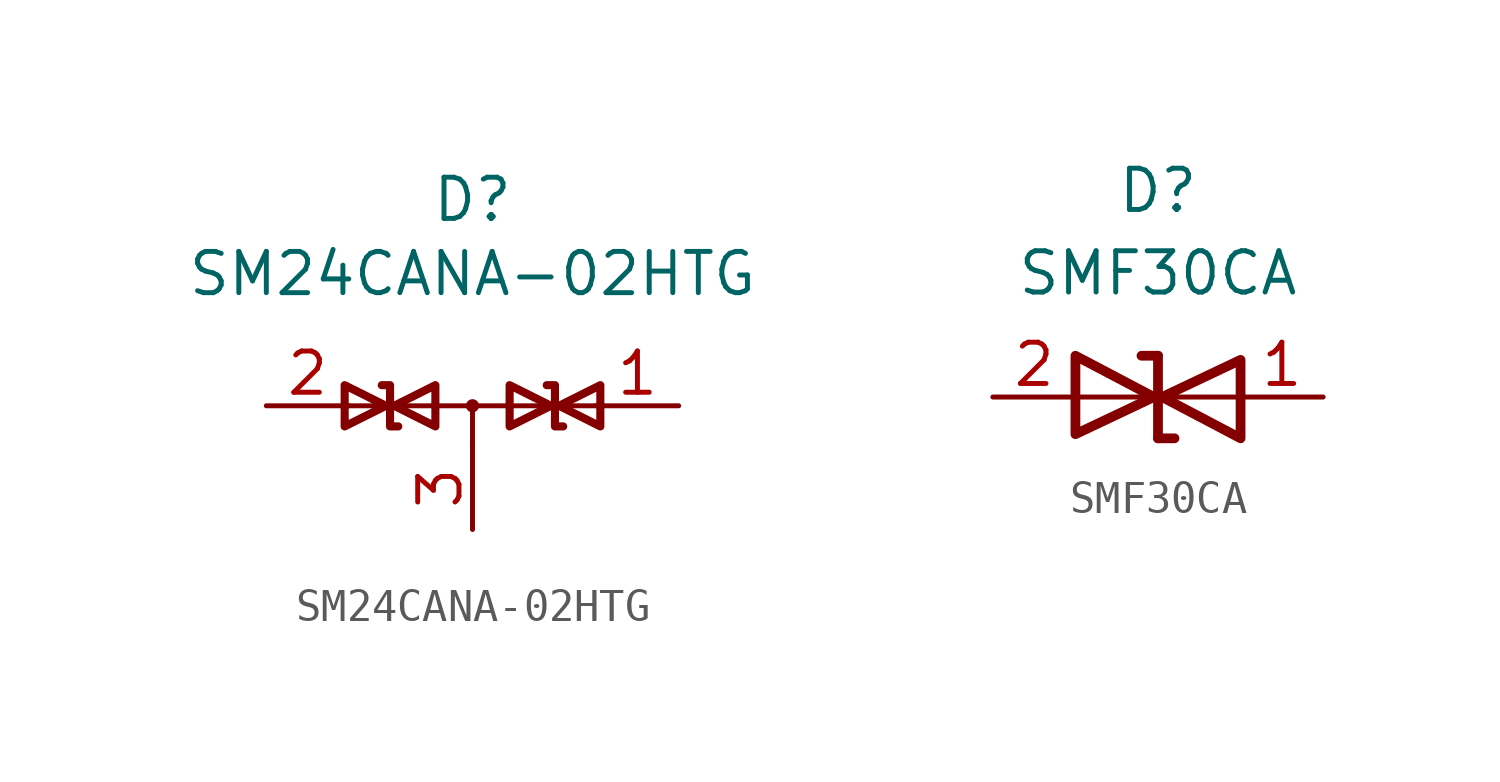
<source format=kicad_sym>
(kicad_symbol_lib
  (version 20220914)
  (generator kicad_symbol_editor)
  (symbol "SM24CANA-02HTG"
    (property "Reference" "D"
      (at 0 0 0)
      (effects (font (size 1.27 1.27))))
    (property "Value" "SM24CANA-02HTG"
      (at 0 -2.286 0)
      (effects (font (size 1.27 1.27))))
    (symbol "SM24CANA-02HTG_0_1"
      (circle (center 0 -6.35) (radius 0.127) (stroke (width 0) (type default)) (fill (type none)))
      (polyline (pts (xy -3.81 -6.35) (xy 3.81 -6.35)) (stroke (width 0) (type default)) (fill (type none)))
      (polyline (pts (xy 0 -6.35) (xy 0 -7.62)) (stroke (width 0) (type default)) (fill (type none))))
    (symbol "SM24CANA-02HTG_1_1"
      (polyline (pts (xy -3.937 -5.715) (xy -3.937 -6.985) (xy -2.667 -6.35) (xy -3.937 -5.715)) (stroke (width 0.25) (type default)) (fill (type none)))
      (polyline (pts (xy -2.794 -5.715) (xy -2.54 -5.715) (xy -2.54 -6.985) (xy -2.286 -6.985)) (stroke (width 0.25) (type default)) (fill (type none)))
      (polyline (pts (xy -1.143 -6.985) (xy -1.143 -5.715) (xy -2.413 -6.35) (xy -1.143 -6.985)) (stroke (width 0.25) (type default)) (fill (type none)))
      (polyline (pts (xy 1.143 -5.715) (xy 1.143 -6.985) (xy 2.413 -6.35) (xy 1.143 -5.715)) (stroke (width 0.25) (type default)) (fill (type none)))
      (polyline (pts (xy 2.286 -5.715) (xy 2.54 -5.715) (xy 2.54 -6.985) (xy 2.794 -6.985)) (stroke (width 0.25) (type default)) (fill (type none)))
      (polyline (pts (xy 3.937 -6.985) (xy 3.937 -5.715) (xy 2.667 -6.35) (xy 3.937 -6.985)) (stroke (width 0.25) (type default)) (fill (type none)))
      (pin unspecified line (at 6.35 -6.35 180) (length 2.54) (name "" (effects (font (size 1.27 1.27)))) (number "1" (effects (font (size 1.27 1.27)))))
      (pin unspecified line (at -6.35 -6.35 0) (length 2.54) (name "" (effects (font (size 1.27 1.27)))) (number "2" (effects (font (size 1.27 1.27)))))
      (pin unspecified line (at 0 -10.16 90) (length 2.54) (name "" (effects (font (size 1.27 1.27)))) (number "3" (effects (font (size 1.27 1.27)))))))
  (symbol "SMF30CA"
    (property "Reference" "D"
      (at 0 0 0)
      (effects (font (size 1.27 1.27))))
    (property "Value" "SMF30CA"
      (at 0 -2.54 0)
      (effects (font (size 1.27 1.27))))
    (symbol "SMF30CA_1_1"
      (polyline (pts (xy -2.54 -6.35) (xy 2.54 -6.35)) (stroke (width 0) (type default)) (fill (type none)))
      (polyline (pts (xy 0 -7.62) (xy 0.508 -7.62)) (stroke (width 0.3) (type default)) (fill (type none)))
      (polyline (pts (xy 0 -5.08) (xy -0.508 -5.08)) (stroke (width 0.3) (type default)) (fill (type none)))
      (polyline (pts (xy 0 -5.08) (xy 0 -7.62)) (stroke (width 0.3) (type default)) (fill (type none)))
      (polyline (pts (xy -2.54 -5.08) (xy -2.54 -7.493) (xy -0.127 -6.35) (xy -2.54 -5.08)) (stroke (width 0.3) (type default)) (fill (type none)))
      (polyline (pts (xy 2.54 -7.62) (xy 2.54 -5.207) (xy 0.127 -6.35) (xy 2.54 -7.62)) (stroke (width 0.3) (type default)) (fill (type none)))
      (pin unspecified line (at 5.08 -6.35 180) (length 2.54) (name "" (effects (font (size 1.27 1.27)))) (number "1" (effects (font (size 1.27 1.27)))))
      (pin unspecified line (at -5.08 -6.35 0) (length 2.54) (name "" (effects (font (size 1.27 1.27)))) (number "2" (effects (font (size 1.27 1.27))))))))
</source>
